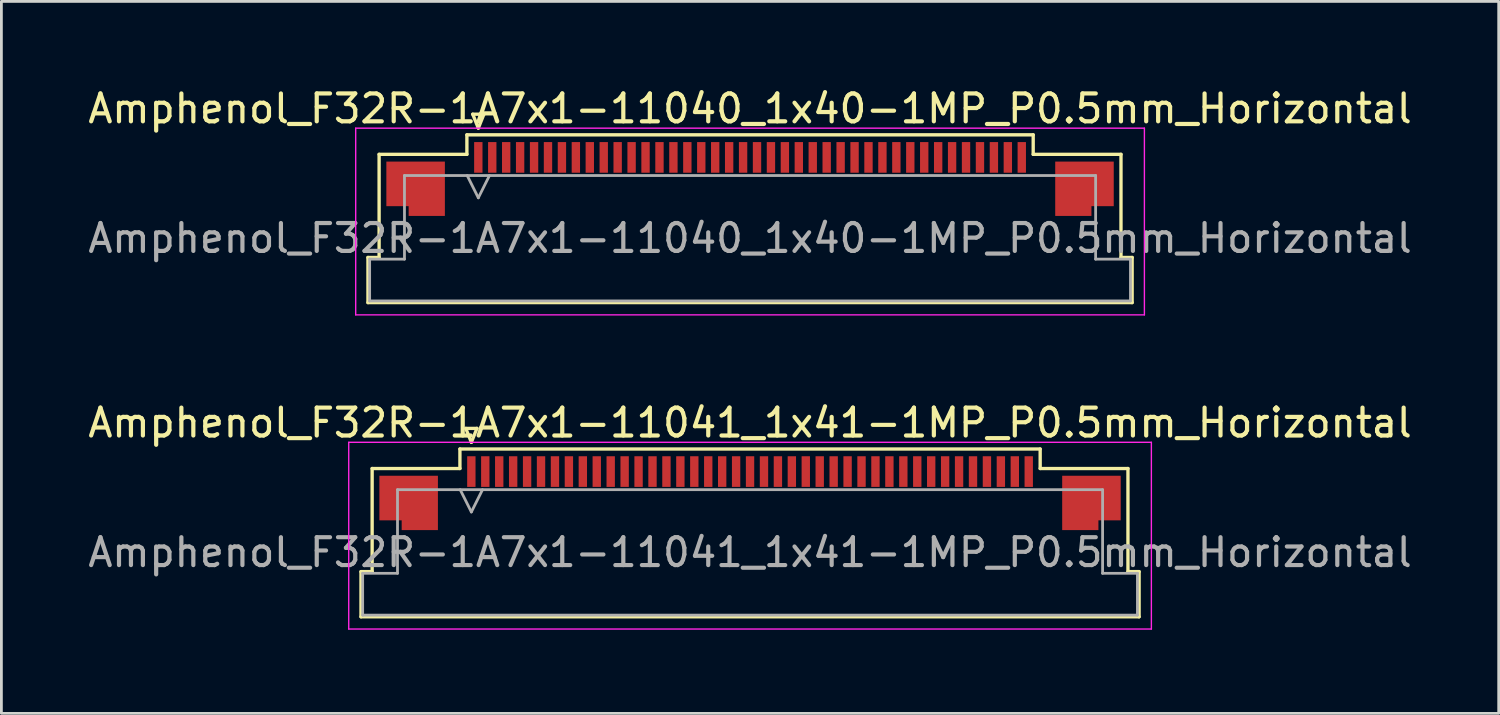
<source format=kicad_pcb>
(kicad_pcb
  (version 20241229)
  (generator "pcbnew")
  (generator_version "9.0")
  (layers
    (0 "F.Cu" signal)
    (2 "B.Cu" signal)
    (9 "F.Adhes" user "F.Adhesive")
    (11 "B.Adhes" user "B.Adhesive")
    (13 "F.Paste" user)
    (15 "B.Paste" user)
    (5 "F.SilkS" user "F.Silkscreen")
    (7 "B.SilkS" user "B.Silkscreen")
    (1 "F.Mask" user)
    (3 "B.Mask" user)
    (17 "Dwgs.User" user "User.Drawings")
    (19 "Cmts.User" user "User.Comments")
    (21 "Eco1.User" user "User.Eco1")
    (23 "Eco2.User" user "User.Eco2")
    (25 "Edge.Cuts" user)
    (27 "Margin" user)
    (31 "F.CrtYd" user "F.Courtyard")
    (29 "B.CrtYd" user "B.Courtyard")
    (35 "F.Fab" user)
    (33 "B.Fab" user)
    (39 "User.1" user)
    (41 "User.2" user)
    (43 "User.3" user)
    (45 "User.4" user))
  (footprint "Amphenol_F32R-1A7x1-11041_1x41-1MP_P0.5mm_Horizontal"
    (layer "F.Cu")
    (at 23.863 16.771)
    (property "Reference" "Amphenol_F32R-1A7x1-11041_1x41-1MP_P0.5mm_Horizontal" (at 0 -4.65 0) (layer "F.SilkS") (effects (font (size 1 1) (thickness 0.15))))
    (attr smd)
    (fp_line (start -13.96 0.69) (end -13.56 0.69) (stroke (width 0.12) (type solid)) (layer "F.SilkS"))
    (fp_line (start -13.96 2.31) (end -13.96 0.69) (stroke (width 0.12) (type solid)) (layer "F.SilkS"))
    (fp_line (start -13.56 -3.01) (end -10.41 -3.01) (stroke (width 0.12) (type solid)) (layer "F.SilkS"))
    (fp_line (start -13.56 0.69) (end -13.56 -3.01) (stroke (width 0.12) (type solid)) (layer "F.SilkS"))
    (fp_line (start -10.41 -3.71) (end 10.41 -3.71) (stroke (width 0.12) (type solid)) (layer "F.SilkS"))
    (fp_line (start -10.41 -3.01) (end -10.41 -3.71) (stroke (width 0.12) (type solid)) (layer "F.SilkS"))
    (fp_line (start -10.2 -4.45) (end -10 -3.95) (stroke (width 0.12) (type solid)) (layer "F.SilkS"))
    (fp_line (start -10 -3.95) (end -9.8 -4.45) (stroke (width 0.12) (type solid)) (layer "F.SilkS"))
    (fp_line (start -9.8 -4.45) (end -10.2 -4.45) (stroke (width 0.12) (type solid)) (layer "F.SilkS"))
    (fp_line (start 10.41 -3.71) (end 10.41 -3.01) (stroke (width 0.12) (type solid)) (layer "F.SilkS"))
    (fp_line (start 10.41 -3.01) (end 13.56 -3.01) (stroke (width 0.12) (type solid)) (layer "F.SilkS"))
    (fp_line (start 13.56 -3.01) (end 13.56 0.69) (stroke (width 0.12) (type solid)) (layer "F.SilkS"))
    (fp_line (start 13.56 0.69) (end 13.96 0.69) (stroke (width 0.12) (type solid)) (layer "F.SilkS"))
    (fp_line (start 13.96 0.69) (end 13.96 2.31) (stroke (width 0.12) (type solid)) (layer "F.SilkS"))
    (fp_line (start 13.96 2.31) (end -13.96 2.31) (stroke (width 0.12) (type solid)) (layer "F.SilkS"))
    (fp_line (start -14.4 -3.95) (end -14.4 2.75) (stroke (width 0.05) (type solid)) (layer "F.CrtYd"))
    (fp_line (start -14.4 2.75) (end 14.4 2.75) (stroke (width 0.05) (type solid)) (layer "F.CrtYd"))
    (fp_line (start 14.4 -3.95) (end -14.4 -3.95) (stroke (width 0.05) (type solid)) (layer "F.CrtYd"))
    (fp_line (start 14.4 2.75) (end 14.4 -3.95) (stroke (width 0.05) (type solid)) (layer "F.CrtYd"))
    (fp_line (start -13.9 0.75) (end -12.65 0.75) (stroke (width 0.1) (type solid)) (layer "F.Fab"))
    (fp_line (start -13.9 2.25) (end -13.9 0.75) (stroke (width 0.1) (type solid)) (layer "F.Fab"))
    (fp_line (start -12.65 -2.25) (end 12.65 -2.25) (stroke (width 0.1) (type solid)) (layer "F.Fab"))
    (fp_line (start -12.65 0.75) (end -12.65 -2.25) (stroke (width 0.1) (type solid)) (layer "F.Fab"))
    (fp_line (start -10.4 -2.25) (end -10 -1.45) (stroke (width 0.1) (type solid)) (layer "F.Fab"))
    (fp_line (start -10 -1.45) (end -9.6 -2.25) (stroke (width 0.1) (type solid)) (layer "F.Fab"))
    (fp_line (start 12.65 -2.25) (end 12.65 0.75) (stroke (width 0.1) (type solid)) (layer "F.Fab"))
    (fp_line (start 12.65 0.75) (end 13.9 0.75) (stroke (width 0.1) (type solid)) (layer "F.Fab"))
    (fp_line (start 13.9 0.75) (end 13.9 2.25) (stroke (width 0.1) (type solid)) (layer "F.Fab"))
    (fp_line (start 13.9 2.25) (end -13.9 2.25) (stroke (width 0.1) (type solid)) (layer "F.Fab"))
    (fp_text user "${REFERENCE}" (at 0 0 0) (layer "F.Fab") (effects (font (size 1 1) (thickness 0.15))))
    (pad "1" smd rect (at -10 -2.9) (size 0.3 1.1) (layers "F.Cu" "F.Mask" "F.Paste"))
    (pad "2" smd rect (at -9.5 -2.9) (size 0.3 1.1) (layers "F.Cu" "F.Mask" "F.Paste"))
    (pad "3" smd rect (at -9 -2.9) (size 0.3 1.1) (layers "F.Cu" "F.Mask" "F.Paste"))
    (pad "4" smd rect (at -8.5 -2.9) (size 0.3 1.1) (layers "F.Cu" "F.Mask" "F.Paste"))
    (pad "5" smd rect (at -8 -2.9) (size 0.3 1.1) (layers "F.Cu" "F.Mask" "F.Paste"))
    (pad "6" smd rect (at -7.5 -2.9) (size 0.3 1.1) (layers "F.Cu" "F.Mask" "F.Paste"))
    (pad "7" smd rect (at -7 -2.9) (size 0.3 1.1) (layers "F.Cu" "F.Mask" "F.Paste"))
    (pad "8" smd rect (at -6.5 -2.9) (size 0.3 1.1) (layers "F.Cu" "F.Mask" "F.Paste"))
    (pad "9" smd rect (at -6 -2.9) (size 0.3 1.1) (layers "F.Cu" "F.Mask" "F.Paste"))
    (pad "10" smd rect (at -5.5 -2.9) (size 0.3 1.1) (layers "F.Cu" "F.Mask" "F.Paste"))
    (pad "11" smd rect (at -5 -2.9) (size 0.3 1.1) (layers "F.Cu" "F.Mask" "F.Paste"))
    (pad "12" smd rect (at -4.5 -2.9) (size 0.3 1.1) (layers "F.Cu" "F.Mask" "F.Paste"))
    (pad "13" smd rect (at -4 -2.9) (size 0.3 1.1) (layers "F.Cu" "F.Mask" "F.Paste"))
    (pad "14" smd rect (at -3.5 -2.9) (size 0.3 1.1) (layers "F.Cu" "F.Mask" "F.Paste"))
    (pad "15" smd rect (at -3 -2.9) (size 0.3 1.1) (layers "F.Cu" "F.Mask" "F.Paste"))
    (pad "16" smd rect (at -2.5 -2.9) (size 0.3 1.1) (layers "F.Cu" "F.Mask" "F.Paste"))
    (pad "17" smd rect (at -2 -2.9) (size 0.3 1.1) (layers "F.Cu" "F.Mask" "F.Paste"))
    (pad "18" smd rect (at -1.5 -2.9) (size 0.3 1.1) (layers "F.Cu" "F.Mask" "F.Paste"))
    (pad "19" smd rect (at -1 -2.9) (size 0.3 1.1) (layers "F.Cu" "F.Mask" "F.Paste"))
    (pad "20" smd rect (at -0.5 -2.9) (size 0.3 1.1) (layers "F.Cu" "F.Mask" "F.Paste"))
    (pad "21" smd rect (at 0 -2.9) (size 0.3 1.1) (layers "F.Cu" "F.Mask" "F.Paste"))
    (pad "22" smd rect (at 0.5 -2.9) (size 0.3 1.1) (layers "F.Cu" "F.Mask" "F.Paste"))
    (pad "23" smd rect (at 1 -2.9) (size 0.3 1.1) (layers "F.Cu" "F.Mask" "F.Paste"))
    (pad "24" smd rect (at 1.5 -2.9) (size 0.3 1.1) (layers "F.Cu" "F.Mask" "F.Paste"))
    (pad "25" smd rect (at 2 -2.9) (size 0.3 1.1) (layers "F.Cu" "F.Mask" "F.Paste"))
    (pad "26" smd rect (at 2.5 -2.9) (size 0.3 1.1) (layers "F.Cu" "F.Mask" "F.Paste"))
    (pad "27" smd rect (at 3 -2.9) (size 0.3 1.1) (layers "F.Cu" "F.Mask" "F.Paste"))
    (pad "28" smd rect (at 3.5 -2.9) (size 0.3 1.1) (layers "F.Cu" "F.Mask" "F.Paste"))
    (pad "29" smd rect (at 4 -2.9) (size 0.3 1.1) (layers "F.Cu" "F.Mask" "F.Paste"))
    (pad "30" smd rect (at 4.5 -2.9) (size 0.3 1.1) (layers "F.Cu" "F.Mask" "F.Paste"))
    (pad "31" smd rect (at 5 -2.9) (size 0.3 1.1) (layers "F.Cu" "F.Mask" "F.Paste"))
    (pad "32" smd rect (at 5.5 -2.9) (size 0.3 1.1) (layers "F.Cu" "F.Mask" "F.Paste"))
    (pad "33" smd rect (at 6 -2.9) (size 0.3 1.1) (layers "F.Cu" "F.Mask" "F.Paste"))
    (pad "34" smd rect (at 6.5 -2.9) (size 0.3 1.1) (layers "F.Cu" "F.Mask" "F.Paste"))
    (pad "35" smd rect (at 7 -2.9) (size 0.3 1.1) (layers "F.Cu" "F.Mask" "F.Paste"))
    (pad "36" smd rect (at 7.5 -2.9) (size 0.3 1.1) (layers "F.Cu" "F.Mask" "F.Paste"))
    (pad "37" smd rect (at 8 -2.9) (size 0.3 1.1) (layers "F.Cu" "F.Mask" "F.Paste"))
    (pad "38" smd rect (at 8.5 -2.9) (size 0.3 1.1) (layers "F.Cu" "F.Mask" "F.Paste"))
    (pad "39" smd rect (at 9 -2.9) (size 0.3 1.1) (layers "F.Cu" "F.Mask" "F.Paste"))
    (pad "40" smd rect (at 9.5 -2.9) (size 0.3 1.1) (layers "F.Cu" "F.Mask" "F.Paste"))
    (pad "41" smd rect (at 10 -2.9) (size 0.3 1.1) (layers "F.Cu" "F.Mask" "F.Paste"))
    (pad "MP" smd custom (at -12.25 -1.775) (size 1 1) (layers "F.Cu" "F.Mask" "F.Paste") (options (anchor circle)) (primitives (gr_poly (pts (xy 1.05 -0.975) (xy 1.05 0.975) (xy -0.25 0.975) (xy -0.25 0.625) (xy -1.05 0.625) (xy -1.05 -0.975) (xy 1.05 -0.975)) (width 0) (fill yes))))
    (pad "MP" smd custom (at 12.25 -1.775) (size 1 1) (layers "F.Cu" "F.Mask" "F.Paste") (options (anchor circle)) (primitives (gr_poly (pts (xy -1.05 -0.975) (xy -1.05 0.975) (xy 0.25 0.975) (xy 0.25 0.625) (xy 1.05 0.625) (xy 1.05 -0.975) (xy -1.05 -0.975)) (width 0) (fill yes)))))
  (footprint "Amphenol_F32R-1A7x1-11040_1x40-1MP_P0.5mm_Horizontal"
    (layer "F.Cu")
    (at 23.863 5.498)
    (property "Reference" "Amphenol_F32R-1A7x1-11040_1x40-1MP_P0.5mm_Horizontal" (at 0 -4.65 0) (layer "F.SilkS") (effects (font (size 1 1) (thickness 0.15))))
    (attr smd)
    (fp_line (start -13.71 0.69) (end -13.31 0.69) (stroke (width 0.12) (type solid)) (layer "F.SilkS"))
    (fp_line (start -13.71 2.31) (end -13.71 0.69) (stroke (width 0.12) (type solid)) (layer "F.SilkS"))
    (fp_line (start -13.31 -3.01) (end -10.16 -3.01) (stroke (width 0.12) (type solid)) (layer "F.SilkS"))
    (fp_line (start -13.31 0.69) (end -13.31 -3.01) (stroke (width 0.12) (type solid)) (layer "F.SilkS"))
    (fp_line (start -10.16 -3.71) (end 10.16 -3.71) (stroke (width 0.12) (type solid)) (layer "F.SilkS"))
    (fp_line (start -10.16 -3.01) (end -10.16 -3.71) (stroke (width 0.12) (type solid)) (layer "F.SilkS"))
    (fp_line (start -9.95 -4.45) (end -9.75 -3.95) (stroke (width 0.12) (type solid)) (layer "F.SilkS"))
    (fp_line (start -9.75 -3.95) (end -9.55 -4.45) (stroke (width 0.12) (type solid)) (layer "F.SilkS"))
    (fp_line (start -9.55 -4.45) (end -9.95 -4.45) (stroke (width 0.12) (type solid)) (layer "F.SilkS"))
    (fp_line (start 10.16 -3.71) (end 10.16 -3.01) (stroke (width 0.12) (type solid)) (layer "F.SilkS"))
    (fp_line (start 10.16 -3.01) (end 13.31 -3.01) (stroke (width 0.12) (type solid)) (layer "F.SilkS"))
    (fp_line (start 13.31 -3.01) (end 13.31 0.69) (stroke (width 0.12) (type solid)) (layer "F.SilkS"))
    (fp_line (start 13.31 0.69) (end 13.71 0.69) (stroke (width 0.12) (type solid)) (layer "F.SilkS"))
    (fp_line (start 13.71 0.69) (end 13.71 2.31) (stroke (width 0.12) (type solid)) (layer "F.SilkS"))
    (fp_line (start 13.71 2.31) (end -13.71 2.31) (stroke (width 0.12) (type solid)) (layer "F.SilkS"))
    (fp_line (start -14.15 -3.95) (end -14.15 2.75) (stroke (width 0.05) (type solid)) (layer "F.CrtYd"))
    (fp_line (start -14.15 2.75) (end 14.15 2.75) (stroke (width 0.05) (type solid)) (layer "F.CrtYd"))
    (fp_line (start 14.15 -3.95) (end -14.15 -3.95) (stroke (width 0.05) (type solid)) (layer "F.CrtYd"))
    (fp_line (start 14.15 2.75) (end 14.15 -3.95) (stroke (width 0.05) (type solid)) (layer "F.CrtYd"))
    (fp_line (start -13.65 0.75) (end -12.4 0.75) (stroke (width 0.1) (type solid)) (layer "F.Fab"))
    (fp_line (start -13.65 2.25) (end -13.65 0.75) (stroke (width 0.1) (type solid)) (layer "F.Fab"))
    (fp_line (start -12.4 -2.25) (end 12.4 -2.25) (stroke (width 0.1) (type solid)) (layer "F.Fab"))
    (fp_line (start -12.4 0.75) (end -12.4 -2.25) (stroke (width 0.1) (type solid)) (layer "F.Fab"))
    (fp_line (start -10.15 -2.25) (end -9.75 -1.45) (stroke (width 0.1) (type solid)) (layer "F.Fab"))
    (fp_line (start -9.75 -1.45) (end -9.35 -2.25) (stroke (width 0.1) (type solid)) (layer "F.Fab"))
    (fp_line (start 12.4 -2.25) (end 12.4 0.75) (stroke (width 0.1) (type solid)) (layer "F.Fab"))
    (fp_line (start 12.4 0.75) (end 13.65 0.75) (stroke (width 0.1) (type solid)) (layer "F.Fab"))
    (fp_line (start 13.65 0.75) (end 13.65 2.25) (stroke (width 0.1) (type solid)) (layer "F.Fab"))
    (fp_line (start 13.65 2.25) (end -13.65 2.25) (stroke (width 0.1) (type solid)) (layer "F.Fab"))
    (fp_text user "${REFERENCE}" (at 0 0 0) (layer "F.Fab") (effects (font (size 1 1) (thickness 0.15))))
    (pad "1" smd rect (at -9.75 -2.9) (size 0.3 1.1) (layers "F.Cu" "F.Mask" "F.Paste"))
    (pad "2" smd rect (at -9.25 -2.9) (size 0.3 1.1) (layers "F.Cu" "F.Mask" "F.Paste"))
    (pad "3" smd rect (at -8.75 -2.9) (size 0.3 1.1) (layers "F.Cu" "F.Mask" "F.Paste"))
    (pad "4" smd rect (at -8.25 -2.9) (size 0.3 1.1) (layers "F.Cu" "F.Mask" "F.Paste"))
    (pad "5" smd rect (at -7.75 -2.9) (size 0.3 1.1) (layers "F.Cu" "F.Mask" "F.Paste"))
    (pad "6" smd rect (at -7.25 -2.9) (size 0.3 1.1) (layers "F.Cu" "F.Mask" "F.Paste"))
    (pad "7" smd rect (at -6.75 -2.9) (size 0.3 1.1) (layers "F.Cu" "F.Mask" "F.Paste"))
    (pad "8" smd rect (at -6.25 -2.9) (size 0.3 1.1) (layers "F.Cu" "F.Mask" "F.Paste"))
    (pad "9" smd rect (at -5.75 -2.9) (size 0.3 1.1) (layers "F.Cu" "F.Mask" "F.Paste"))
    (pad "10" smd rect (at -5.25 -2.9) (size 0.3 1.1) (layers "F.Cu" "F.Mask" "F.Paste"))
    (pad "11" smd rect (at -4.75 -2.9) (size 0.3 1.1) (layers "F.Cu" "F.Mask" "F.Paste"))
    (pad "12" smd rect (at -4.25 -2.9) (size 0.3 1.1) (layers "F.Cu" "F.Mask" "F.Paste"))
    (pad "13" smd rect (at -3.75 -2.9) (size 0.3 1.1) (layers "F.Cu" "F.Mask" "F.Paste"))
    (pad "14" smd rect (at -3.25 -2.9) (size 0.3 1.1) (layers "F.Cu" "F.Mask" "F.Paste"))
    (pad "15" smd rect (at -2.75 -2.9) (size 0.3 1.1) (layers "F.Cu" "F.Mask" "F.Paste"))
    (pad "16" smd rect (at -2.25 -2.9) (size 0.3 1.1) (layers "F.Cu" "F.Mask" "F.Paste"))
    (pad "17" smd rect (at -1.75 -2.9) (size 0.3 1.1) (layers "F.Cu" "F.Mask" "F.Paste"))
    (pad "18" smd rect (at -1.25 -2.9) (size 0.3 1.1) (layers "F.Cu" "F.Mask" "F.Paste"))
    (pad "19" smd rect (at -0.75 -2.9) (size 0.3 1.1) (layers "F.Cu" "F.Mask" "F.Paste"))
    (pad "20" smd rect (at -0.25 -2.9) (size 0.3 1.1) (layers "F.Cu" "F.Mask" "F.Paste"))
    (pad "21" smd rect (at 0.25 -2.9) (size 0.3 1.1) (layers "F.Cu" "F.Mask" "F.Paste"))
    (pad "22" smd rect (at 0.75 -2.9) (size 0.3 1.1) (layers "F.Cu" "F.Mask" "F.Paste"))
    (pad "23" smd rect (at 1.25 -2.9) (size 0.3 1.1) (layers "F.Cu" "F.Mask" "F.Paste"))
    (pad "24" smd rect (at 1.75 -2.9) (size 0.3 1.1) (layers "F.Cu" "F.Mask" "F.Paste"))
    (pad "25" smd rect (at 2.25 -2.9) (size 0.3 1.1) (layers "F.Cu" "F.Mask" "F.Paste"))
    (pad "26" smd rect (at 2.75 -2.9) (size 0.3 1.1) (layers "F.Cu" "F.Mask" "F.Paste"))
    (pad "27" smd rect (at 3.25 -2.9) (size 0.3 1.1) (layers "F.Cu" "F.Mask" "F.Paste"))
    (pad "28" smd rect (at 3.75 -2.9) (size 0.3 1.1) (layers "F.Cu" "F.Mask" "F.Paste"))
    (pad "29" smd rect (at 4.25 -2.9) (size 0.3 1.1) (layers "F.Cu" "F.Mask" "F.Paste"))
    (pad "30" smd rect (at 4.75 -2.9) (size 0.3 1.1) (layers "F.Cu" "F.Mask" "F.Paste"))
    (pad "31" smd rect (at 5.25 -2.9) (size 0.3 1.1) (layers "F.Cu" "F.Mask" "F.Paste"))
    (pad "32" smd rect (at 5.75 -2.9) (size 0.3 1.1) (layers "F.Cu" "F.Mask" "F.Paste"))
    (pad "33" smd rect (at 6.25 -2.9) (size 0.3 1.1) (layers "F.Cu" "F.Mask" "F.Paste"))
    (pad "34" smd rect (at 6.75 -2.9) (size 0.3 1.1) (layers "F.Cu" "F.Mask" "F.Paste"))
    (pad "35" smd rect (at 7.25 -2.9) (size 0.3 1.1) (layers "F.Cu" "F.Mask" "F.Paste"))
    (pad "36" smd rect (at 7.75 -2.9) (size 0.3 1.1) (layers "F.Cu" "F.Mask" "F.Paste"))
    (pad "37" smd rect (at 8.25 -2.9) (size 0.3 1.1) (layers "F.Cu" "F.Mask" "F.Paste"))
    (pad "38" smd rect (at 8.75 -2.9) (size 0.3 1.1) (layers "F.Cu" "F.Mask" "F.Paste"))
    (pad "39" smd rect (at 9.25 -2.9) (size 0.3 1.1) (layers "F.Cu" "F.Mask" "F.Paste"))
    (pad "40" smd rect (at 9.75 -2.9) (size 0.3 1.1) (layers "F.Cu" "F.Mask" "F.Paste"))
    (pad "MP" smd custom (at -12 -1.775) (size 1 1) (layers "F.Cu" "F.Mask" "F.Paste") (options (anchor circle)) (primitives (gr_poly (pts (xy 1.05 -0.975) (xy 1.05 0.975) (xy -0.25 0.975) (xy -0.25 0.625) (xy -1.05 0.625) (xy -1.05 -0.975) (xy 1.05 -0.975)) (width 0) (fill yes))))
    (pad "MP" smd custom (at 12 -1.775) (size 1 1) (layers "F.Cu" "F.Mask" "F.Paste") (options (anchor circle)) (primitives (gr_poly (pts (xy -1.05 -0.975) (xy -1.05 0.975) (xy 0.25 0.975) (xy 0.25 0.625) (xy 1.05 0.625) (xy 1.05 -0.975) (xy -1.05 -0.975)) (width 0) (fill yes)))))
  (gr_rect
    (start -3 -3)
    (end 50.726 22.547)
    (stroke (width 0.1) (type default))
    (fill no)
    (layer "Edge.Cuts")))
</source>
